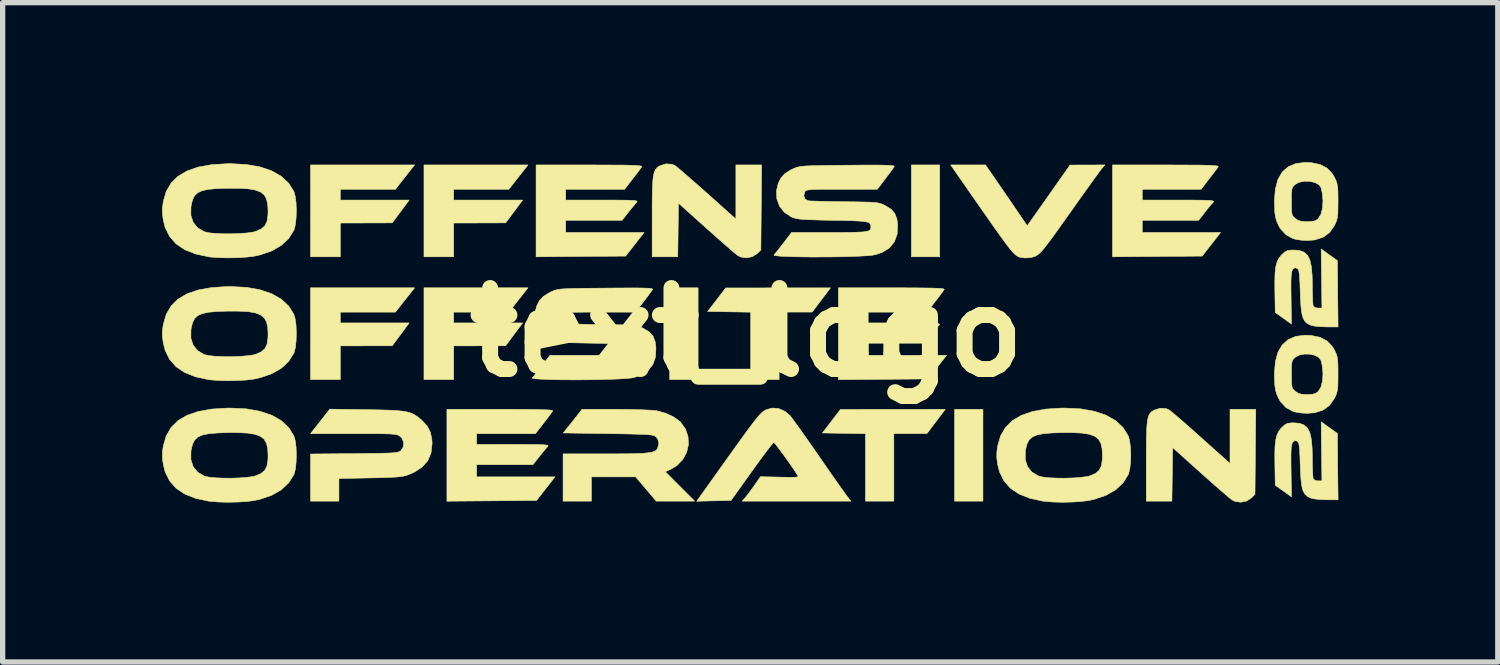
<source format=kicad_pcb>
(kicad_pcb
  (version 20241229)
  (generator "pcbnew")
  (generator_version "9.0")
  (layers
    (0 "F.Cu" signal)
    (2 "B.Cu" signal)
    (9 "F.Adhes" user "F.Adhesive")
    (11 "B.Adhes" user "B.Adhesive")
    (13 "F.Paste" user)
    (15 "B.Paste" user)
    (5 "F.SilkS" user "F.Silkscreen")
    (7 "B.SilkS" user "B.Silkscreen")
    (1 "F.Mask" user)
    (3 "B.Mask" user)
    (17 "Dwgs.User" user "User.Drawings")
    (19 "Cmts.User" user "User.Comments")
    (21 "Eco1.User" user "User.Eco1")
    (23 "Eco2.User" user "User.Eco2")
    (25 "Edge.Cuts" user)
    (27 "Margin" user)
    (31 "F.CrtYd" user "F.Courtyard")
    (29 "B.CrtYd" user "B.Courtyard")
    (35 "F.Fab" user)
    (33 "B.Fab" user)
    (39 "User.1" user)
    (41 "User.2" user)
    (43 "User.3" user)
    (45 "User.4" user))
  (footprint "text_logo"
    (layer "F.Cu")
    (at 10.997 3.203)
    (property "Reference" "text_logo" (at 0 0 0) (layer "F.SilkS") (effects (font (size 1.524 1.524) (thickness 0.3))))
    (attr through_hole)
    (fp_poly (pts (xy -0.914 0.889) (xy -1.448 0.889) (xy -1.448 -0.838) (xy -0.914 -0.838) (xy -0.914 0.889)) (stroke (width 0.01) (type solid)) (fill yes) (layer "F.SilkS"))
    (fp_poly (pts (xy 3.632 -1.422) (xy 3.099 -1.422) (xy 3.099 -3.15) (xy 3.632 -3.15) (xy 3.632 -1.422)) (stroke (width 0.01) (type solid)) (fill yes) (layer "F.SilkS"))
    (fp_poly (pts (xy 4.445 3.175) (xy 3.912 3.175) (xy 3.912 1.448) (xy 4.445 1.448) (xy 4.445 3.175)) (stroke (width 0.01) (type solid)) (fill yes) (layer "F.SilkS"))
    (fp_poly (pts (xy -6.428 -2.921) (xy -6.608 -2.692) (xy -7.645 -2.692) (xy -7.645 -2.489) (xy -6.349 -2.489) (xy -6.508 -2.274) (xy -6.668 -2.06) (xy -7.645 -2.057) (xy -7.645 -1.422) (xy -8.204 -1.422) (xy -8.204 -3.15) (xy -6.247 -3.15) (xy -6.428 -2.921)) (stroke (width 0.01) (type solid)) (fill yes) (layer "F.SilkS"))
    (fp_poly (pts (xy -6.428 -0.61) (xy -6.608 -0.381) (xy -7.645 -0.381) (xy -7.645 -0.178) (xy -6.349 -0.178) (xy -6.508 0.037) (xy -6.668 0.252) (xy -7.645 0.254) (xy -7.645 0.889) (xy -8.204 0.889) (xy -8.204 -0.838) (xy -6.247 -0.838) (xy -6.428 -0.61)) (stroke (width 0.01) (type solid)) (fill yes) (layer "F.SilkS"))
    (fp_poly (pts (xy -4.294 -2.921) (xy -4.474 -2.692) (xy -5.512 -2.692) (xy -5.512 -2.489) (xy -4.215 -2.489) (xy -4.375 -2.274) (xy -4.534 -2.06) (xy -5.512 -2.057) (xy -5.512 -1.422) (xy -6.071 -1.422) (xy -6.071 -3.15) (xy -4.114 -3.15) (xy -4.294 -2.921)) (stroke (width 0.01) (type solid)) (fill yes) (layer "F.SilkS"))
    (fp_poly (pts (xy -4.294 -0.61) (xy -4.474 -0.381) (xy -5.512 -0.381) (xy -5.512 -0.178) (xy -4.215 -0.178) (xy -4.375 0.037) (xy -4.534 0.252) (xy -5.512 0.254) (xy -5.512 0.889) (xy -6.071 0.889) (xy -6.071 -0.838) (xy -4.114 -0.838) (xy -4.294 -0.61)) (stroke (width 0.01) (type solid)) (fill yes) (layer "F.SilkS"))
    (fp_poly (pts (xy 1.232 -0.382) (xy 0.921 -0.382) (xy 0.61 -0.381) (xy 0.61 0.889) (xy 0.076 0.889) (xy 0.076 -0.38) (xy -0.329 -0.387) (xy -0.734 -0.394) (xy -0.564 -0.615) (xy -0.394 -0.836) (xy 0.592 -0.837) (xy 1.577 -0.838) (xy 1.232 -0.382)) (stroke (width 0.01) (type solid)) (fill yes) (layer "F.SilkS"))
    (fp_poly (pts (xy 3.391 1.904) (xy 3.08 1.904) (xy 2.769 1.905) (xy 2.769 3.175) (xy 2.235 3.175) (xy 2.235 1.906) (xy 1.83 1.899) (xy 1.425 1.892) (xy 1.595 1.671) (xy 1.765 1.45) (xy 2.751 1.449) (xy 3.736 1.448) (xy 3.391 1.904)) (stroke (width 0.01) (type solid)) (fill yes) (layer "F.SilkS"))
    (fp_poly (pts (xy -4.376 1.448) (xy -4.165 1.449) (xy -3.996 1.451) (xy -3.866 1.453) (xy -3.771 1.457) (xy -3.706 1.461) (xy -3.667 1.467) (xy -3.65 1.475) (xy -3.65 1.481) (xy -3.674 1.515) (xy -3.721 1.578) (xy -3.783 1.66) (xy -3.822 1.71) (xy -3.974 1.905) (xy -5.08 1.905) (xy -5.08 2.108) (xy -4.392 2.108) (xy -4.187 2.108) (xy -4.028 2.109) (xy -3.909 2.111) (xy -3.826 2.114) (xy -3.772 2.119) (xy -3.744 2.126) (xy -3.736 2.135) (xy -3.743 2.146) (xy -3.743 2.147) (xy -3.778 2.185) (xy -3.832 2.251) (xy -3.895 2.329) (xy -3.901 2.337) (xy -4.021 2.489) (xy -5.08 2.489) (xy -5.08 2.718) (xy -3.606 2.718) (xy -3.78 2.94) (xy -3.953 3.162) (xy -5.639 3.176) (xy -5.639 1.448) (xy -4.634 1.448) (xy -4.376 1.448)) (stroke (width 0.01) (type solid)) (fill yes) (layer "F.SilkS"))
    (fp_poly (pts (xy 2.99 -0.838) (xy 3.201 -0.837) (xy 3.37 -0.835) (xy 3.5 -0.833) (xy 3.595 -0.829) (xy 3.66 -0.825) (xy 3.699 -0.819) (xy 3.716 -0.811) (xy 3.716 -0.805) (xy 3.692 -0.771) (xy 3.645 -0.708) (xy 3.583 -0.626) (xy 3.544 -0.576) (xy 3.392 -0.381) (xy 2.286 -0.381) (xy 2.286 -0.178) (xy 2.974 -0.178) (xy 3.179 -0.178) (xy 3.338 -0.177) (xy 3.457 -0.175) (xy 3.54 -0.172) (xy 3.594 -0.167) (xy 3.622 -0.16) (xy 3.63 -0.151) (xy 3.623 -0.14) (xy 3.623 -0.139) (xy 3.588 -0.101) (xy 3.534 -0.035) (xy 3.471 0.043) (xy 3.465 0.051) (xy 3.345 0.203) (xy 2.286 0.203) (xy 2.286 0.432) (xy 3.76 0.432) (xy 3.586 0.654) (xy 3.413 0.876) (xy 1.727 0.89) (xy 1.727 -0.838) (xy 2.732 -0.838) (xy 2.99 -0.838)) (stroke (width 0.01) (type solid)) (fill yes) (layer "F.SilkS"))
    (fp_poly (pts (xy -2.7 -3.149) (xy -2.489 -3.148) (xy -2.32 -3.147) (xy -2.19 -3.144) (xy -2.094 -3.141) (xy -2.029 -3.136) (xy -1.99 -3.13) (xy -1.974 -3.123) (xy -1.974 -3.116) (xy -1.997 -3.082) (xy -2.044 -3.019) (xy -2.107 -2.938) (xy -2.146 -2.888) (xy -2.297 -2.692) (xy -2.85 -2.692) (xy -3.404 -2.692) (xy -3.404 -2.489) (xy -2.716 -2.489) (xy -2.511 -2.489) (xy -2.352 -2.488) (xy -2.233 -2.486) (xy -2.149 -2.483) (xy -2.096 -2.478) (xy -2.068 -2.471) (xy -2.06 -2.463) (xy -2.066 -2.451) (xy -2.067 -2.45) (xy -2.101 -2.412) (xy -2.156 -2.347) (xy -2.219 -2.268) (xy -2.225 -2.26) (xy -2.344 -2.108) (xy -3.404 -2.108) (xy -3.404 -1.88) (xy -1.93 -1.88) (xy -2.103 -1.657) (xy -2.277 -1.435) (xy -3.962 -1.422) (xy -3.962 -3.15) (xy -2.958 -3.15) (xy -2.7 -3.149)) (stroke (width 0.01) (type solid)) (fill yes) (layer "F.SilkS"))
    (fp_poly (pts (xy 8.146 -3.149) (xy 8.357 -3.148) (xy 8.526 -3.147) (xy 8.656 -3.144) (xy 8.751 -3.141) (xy 8.817 -3.136) (xy 8.855 -3.13) (xy 8.872 -3.123) (xy 8.872 -3.116) (xy 8.848 -3.082) (xy 8.801 -3.019) (xy 8.739 -2.938) (xy 8.7 -2.888) (xy 8.549 -2.692) (xy 7.995 -2.692) (xy 7.442 -2.692) (xy 7.442 -2.489) (xy 8.13 -2.489) (xy 8.335 -2.489) (xy 8.494 -2.488) (xy 8.613 -2.486) (xy 8.697 -2.483) (xy 8.75 -2.478) (xy 8.778 -2.471) (xy 8.786 -2.463) (xy 8.779 -2.451) (xy 8.779 -2.45) (xy 8.744 -2.412) (xy 8.69 -2.347) (xy 8.627 -2.268) (xy 8.621 -2.26) (xy 8.502 -2.108) (xy 7.442 -2.108) (xy 7.442 -1.88) (xy 8.916 -1.88) (xy 8.743 -1.657) (xy 8.569 -1.435) (xy 6.883 -1.422) (xy 6.883 -3.15) (xy 7.888 -3.15) (xy 8.146 -3.149)) (stroke (width 0.01) (type solid)) (fill yes) (layer "F.SilkS"))
    (fp_poly (pts (xy -1.407 -3.163) (xy -1.354 -3.142) (xy -1.322 -3.118) (xy -1.257 -3.064) (xy -1.165 -2.985) (xy -1.051 -2.886) (xy -0.92 -2.772) (xy -0.779 -2.647) (xy -0.751 -2.622) (xy -0.203 -2.132) (xy -0.203 -3.15) (xy 0.281 -3.15) (xy 0.274 -2.35) (xy 0.267 -1.55) (xy 0.2 -1.484) (xy 0.108 -1.425) (xy -0.001 -1.402) (xy -0.11 -1.418) (xy -0.165 -1.445) (xy -0.204 -1.475) (xy -0.275 -1.535) (xy -0.371 -1.618) (xy -0.488 -1.72) (xy -0.62 -1.837) (xy -0.761 -1.962) (xy -0.762 -1.963) (xy -1.283 -2.431) (xy -1.296 -1.422) (xy -1.778 -1.422) (xy -1.778 -2.173) (xy -1.778 -2.409) (xy -1.776 -2.601) (xy -1.771 -2.752) (xy -1.764 -2.869) (xy -1.753 -2.956) (xy -1.736 -3.02) (xy -1.714 -3.066) (xy -1.686 -3.099) (xy -1.65 -3.124) (xy -1.629 -3.135) (xy -1.517 -3.17) (xy -1.407 -3.163)) (stroke (width 0.01) (type solid)) (fill yes) (layer "F.SilkS"))
    (fp_poly (pts (xy 7.889 1.434) (xy 7.942 1.455) (xy 7.975 1.48) (xy 8.04 1.533) (xy 8.132 1.612) (xy 8.246 1.711) (xy 8.376 1.825) (xy 8.517 1.951) (xy 8.545 1.976) (xy 9.093 2.466) (xy 9.093 1.448) (xy 9.578 1.448) (xy 9.57 2.247) (xy 9.563 3.047) (xy 9.496 3.114) (xy 9.405 3.173) (xy 9.295 3.195) (xy 9.187 3.18) (xy 9.131 3.152) (xy 9.093 3.122) (xy 9.022 3.063) (xy 8.925 2.979) (xy 8.808 2.877) (xy 8.676 2.761) (xy 8.536 2.635) (xy 8.534 2.634) (xy 8.014 2.167) (xy 8 3.175) (xy 7.518 3.175) (xy 7.518 2.425) (xy 7.519 2.188) (xy 7.521 1.997) (xy 7.525 1.845) (xy 7.532 1.729) (xy 7.544 1.641) (xy 7.56 1.577) (xy 7.582 1.532) (xy 7.61 1.499) (xy 7.646 1.474) (xy 7.668 1.462) (xy 7.78 1.427) (xy 7.889 1.434)) (stroke (width 0.01) (type solid)) (fill yes) (layer "F.SilkS"))
    (fp_poly (pts (xy 4.656 -2.915) (xy 4.731 -2.806) (xy 4.824 -2.67) (xy 4.925 -2.523) (xy 5.023 -2.38) (xy 5.048 -2.342) (xy 5.278 -2.005) (xy 5.681 -2.576) (xy 6.083 -3.148) (xy 6.412 -3.149) (xy 6.74 -3.15) (xy 6.689 -3.092) (xy 6.662 -3.059) (xy 6.61 -2.988) (xy 6.536 -2.887) (xy 6.445 -2.76) (xy 6.34 -2.613) (xy 6.224 -2.45) (xy 6.135 -2.324) (xy 5.986 -2.115) (xy 5.864 -1.943) (xy 5.764 -1.804) (xy 5.683 -1.695) (xy 5.619 -1.612) (xy 5.568 -1.549) (xy 5.526 -1.504) (xy 5.491 -1.472) (xy 5.459 -1.449) (xy 5.431 -1.433) (xy 5.343 -1.406) (xy 5.235 -1.4) (xy 5.137 -1.414) (xy 5.118 -1.421) (xy 5.089 -1.436) (xy 5.058 -1.459) (xy 5.02 -1.494) (xy 4.975 -1.545) (xy 4.918 -1.616) (xy 4.847 -1.711) (xy 4.758 -1.833) (xy 4.649 -1.987) (xy 4.517 -2.175) (xy 4.386 -2.362) (xy 3.838 -3.15) (xy 4.493 -3.15) (xy 4.656 -2.915)) (stroke (width 0.01) (type solid)) (fill yes) (layer "F.SilkS"))
    (fp_poly (pts (xy -2.284 1.449) (xy -2.109 1.452) (xy -1.952 1.457) (xy -1.821 1.463) (xy -1.726 1.47) (xy -1.688 1.475) (xy -1.521 1.522) (xy -1.37 1.593) (xy -1.252 1.68) (xy -1.24 1.693) (xy -1.149 1.822) (xy -1.102 1.966) (xy -1.096 2.115) (xy -1.13 2.26) (xy -1.203 2.393) (xy -1.311 2.504) (xy -1.412 2.567) (xy -1.529 2.623) (xy -0.979 3.175) (xy -1.701 3.175) (xy -2.089 2.718) (xy -2.921 2.718) (xy -2.921 3.175) (xy -3.454 3.175) (xy -3.454 2.286) (xy -2.658 2.286) (xy -2.413 2.285) (xy -2.214 2.284) (xy -2.056 2.28) (xy -1.933 2.274) (xy -1.841 2.264) (xy -1.775 2.252) (xy -1.729 2.235) (xy -1.698 2.214) (xy -1.678 2.188) (xy -1.676 2.183) (xy -1.652 2.094) (xy -1.671 2.01) (xy -1.704 1.966) (xy -1.722 1.953) (xy -1.746 1.942) (xy -1.781 1.933) (xy -1.834 1.927) (xy -1.91 1.921) (xy -2.013 1.917) (xy -2.15 1.913) (xy -2.325 1.909) (xy -2.545 1.906) (xy -2.603 1.905) (xy -3.449 1.892) (xy -3.097 1.448) (xy -2.468 1.448) (xy -2.284 1.449)) (stroke (width 0.01) (type solid)) (fill yes) (layer "F.SilkS"))
    (fp_poly (pts (xy -7.153 1.454) (xy -6.924 1.458) (xy -6.739 1.463) (xy -6.592 1.47) (xy -6.476 1.482) (xy -6.384 1.498) (xy -6.311 1.52) (xy -6.248 1.55) (xy -6.191 1.588) (xy -6.131 1.636) (xy -6.123 1.642) (xy -6.015 1.756) (xy -5.949 1.88) (xy -5.921 2.027) (xy -5.918 2.095) (xy -5.938 2.268) (xy -5.999 2.413) (xy -6.103 2.532) (xy -6.251 2.629) (xy -6.342 2.669) (xy -6.393 2.688) (xy -6.445 2.702) (xy -6.505 2.713) (xy -6.58 2.721) (xy -6.68 2.727) (xy -6.81 2.732) (xy -6.98 2.736) (xy -7.08 2.738) (xy -7.671 2.749) (xy -7.671 3.175) (xy -8.204 3.175) (xy -8.204 2.288) (xy -7.381 2.281) (xy -7.154 2.278) (xy -6.972 2.276) (xy -6.83 2.273) (xy -6.723 2.27) (xy -6.644 2.265) (xy -6.588 2.259) (xy -6.551 2.25) (xy -6.526 2.24) (xy -6.508 2.227) (xy -6.505 2.225) (xy -6.459 2.153) (xy -6.453 2.068) (xy -6.487 1.989) (xy -6.519 1.958) (xy -6.539 1.943) (xy -6.563 1.931) (xy -6.596 1.922) (xy -6.643 1.916) (xy -6.711 1.911) (xy -6.805 1.908) (xy -6.93 1.906) (xy -7.092 1.905) (xy -7.298 1.905) (xy -7.395 1.905) (xy -8.205 1.905) (xy -7.842 1.444) (xy -7.153 1.454)) (stroke (width 0.01) (type solid)) (fill yes) (layer "F.SilkS"))
    (fp_poly (pts (xy 0.605 1.434) (xy 0.726 1.489) (xy 0.816 1.566) (xy 0.846 1.604) (xy 0.901 1.679) (xy 0.977 1.784) (xy 1.069 1.914) (xy 1.174 2.063) (xy 1.288 2.226) (xy 1.347 2.311) (xy 1.464 2.48) (xy 1.574 2.639) (xy 1.675 2.783) (xy 1.761 2.905) (xy 1.829 3.001) (xy 1.874 3.063) (xy 1.886 3.08) (xy 1.96 3.175) (xy -0.085 3.175) (xy -0.034 3.118) (xy 0.005 3.07) (xy 0.062 2.995) (xy 0.126 2.907) (xy 0.139 2.888) (xy 0.26 2.715) (xy 0.624 2.723) (xy 0.766 2.726) (xy 0.865 2.726) (xy 0.927 2.724) (xy 0.959 2.718) (xy 0.968 2.707) (xy 0.961 2.69) (xy 0.955 2.68) (xy 0.882 2.571) (xy 0.803 2.456) (xy 0.723 2.344) (xy 0.648 2.242) (xy 0.584 2.157) (xy 0.537 2.097) (xy 0.511 2.071) (xy 0.509 2.07) (xy 0.489 2.09) (xy 0.443 2.146) (xy 0.377 2.233) (xy 0.293 2.344) (xy 0.197 2.476) (xy 0.096 2.616) (xy -0.294 3.162) (xy -0.617 3.169) (xy -0.94 3.177) (xy -0.391 2.407) (xy -0.236 2.191) (xy -0.107 2.012) (xy -0.002 1.866) (xy 0.084 1.751) (xy 0.153 1.661) (xy 0.207 1.593) (xy 0.252 1.543) (xy 0.288 1.508) (xy 0.32 1.483) (xy 0.351 1.464) (xy 0.361 1.458) (xy 0.481 1.423) (xy 0.605 1.434)) (stroke (width 0.01) (type solid)) (fill yes) (layer "F.SilkS"))
    (fp_poly (pts (xy 10.96 -1.459) (xy 11.113 -1.35) (xy 11.119 -0.726) (xy 11.126 -0.102) (xy 10.903 -0.103) (xy 10.777 -0.108) (xy 10.671 -0.12) (xy 10.6 -0.139) (xy 10.6 -0.139) (xy 10.542 -0.17) (xy 10.499 -0.212) (xy 10.467 -0.272) (xy 10.444 -0.357) (xy 10.429 -0.473) (xy 10.419 -0.629) (xy 10.414 -0.759) (xy 10.409 -0.916) (xy 10.403 -1.029) (xy 10.396 -1.107) (xy 10.387 -1.157) (xy 10.374 -1.186) (xy 10.357 -1.203) (xy 10.355 -1.204) (xy 10.314 -1.217) (xy 10.277 -1.189) (xy 10.272 -1.181) (xy 10.258 -1.155) (xy 10.249 -1.111) (xy 10.243 -1.045) (xy 10.24 -0.948) (xy 10.24 -0.815) (xy 10.242 -0.644) (xy 10.249 -0.157) (xy 9.944 -0.375) (xy 9.937 -0.773) (xy 9.936 -0.964) (xy 9.94 -1.113) (xy 9.953 -1.227) (xy 9.974 -1.315) (xy 10.006 -1.385) (xy 10.05 -1.444) (xy 10.071 -1.465) (xy 10.128 -1.516) (xy 10.182 -1.541) (xy 10.256 -1.549) (xy 10.292 -1.549) (xy 10.401 -1.54) (xy 10.486 -1.51) (xy 10.55 -1.452) (xy 10.595 -1.364) (xy 10.623 -1.239) (xy 10.638 -1.074) (xy 10.642 -0.897) (xy 10.643 -0.765) (xy 10.646 -0.648) (xy 10.651 -0.558) (xy 10.656 -0.505) (xy 10.658 -0.497) (xy 10.694 -0.466) (xy 10.748 -0.457) (xy 10.822 -0.457) (xy 10.815 -1.013) (xy 10.808 -1.569) (xy 10.96 -1.459)) (stroke (width 0.01) (type solid)) (fill yes) (layer "F.SilkS"))
    (fp_poly (pts (xy 10.96 1.792) (xy 11.113 1.901) (xy 11.119 2.525) (xy 11.126 3.15) (xy 10.903 3.149) (xy 10.777 3.144) (xy 10.671 3.131) (xy 10.6 3.113) (xy 10.6 3.112) (xy 10.542 3.081) (xy 10.499 3.039) (xy 10.467 2.979) (xy 10.444 2.895) (xy 10.429 2.778) (xy 10.419 2.622) (xy 10.414 2.492) (xy 10.409 2.335) (xy 10.403 2.222) (xy 10.396 2.144) (xy 10.387 2.094) (xy 10.374 2.065) (xy 10.357 2.048) (xy 10.355 2.047) (xy 10.314 2.034) (xy 10.277 2.063) (xy 10.272 2.07) (xy 10.258 2.097) (xy 10.249 2.14) (xy 10.243 2.206) (xy 10.24 2.303) (xy 10.24 2.436) (xy 10.242 2.608) (xy 10.249 3.094) (xy 9.944 2.876) (xy 9.937 2.478) (xy 9.936 2.287) (xy 9.94 2.138) (xy 9.953 2.024) (xy 9.974 1.936) (xy 10.006 1.866) (xy 10.05 1.807) (xy 10.071 1.786) (xy 10.128 1.735) (xy 10.182 1.71) (xy 10.256 1.702) (xy 10.292 1.702) (xy 10.401 1.711) (xy 10.486 1.742) (xy 10.55 1.799) (xy 10.595 1.887) (xy 10.623 2.012) (xy 10.638 2.177) (xy 10.642 2.354) (xy 10.643 2.487) (xy 10.646 2.603) (xy 10.651 2.693) (xy 10.656 2.746) (xy 10.658 2.754) (xy 10.694 2.785) (xy 10.748 2.794) (xy 10.822 2.794) (xy 10.815 2.238) (xy 10.808 1.682) (xy 10.96 1.792)) (stroke (width 0.01) (type solid)) (fill yes) (layer "F.SilkS"))
    (fp_poly (pts (xy 10.62 -3.193) (xy 10.789 -3.158) (xy 10.923 -3.087) (xy 11.024 -2.977) (xy 11.059 -2.916) (xy 11.087 -2.857) (xy 11.106 -2.801) (xy 11.117 -2.738) (xy 11.123 -2.654) (xy 11.125 -2.539) (xy 11.125 -2.463) (xy 11.124 -2.327) (xy 11.121 -2.23) (xy 11.113 -2.159) (xy 11.098 -2.101) (xy 11.075 -2.045) (xy 11.055 -2.005) (xy 10.965 -1.877) (xy 10.842 -1.789) (xy 10.687 -1.739) (xy 10.543 -1.728) (xy 10.437 -1.734) (xy 10.337 -1.749) (xy 10.278 -1.764) (xy 10.144 -1.838) (xy 10.04 -1.952) (xy 10.009 -2.007) (xy 9.972 -2.088) (xy 9.949 -2.169) (xy 9.935 -2.264) (xy 9.93 -2.387) (xy 9.929 -2.464) (xy 10.249 -2.464) (xy 10.25 -2.346) (xy 10.253 -2.268) (xy 10.262 -2.218) (xy 10.279 -2.184) (xy 10.307 -2.156) (xy 10.32 -2.144) (xy 10.374 -2.107) (xy 10.436 -2.089) (xy 10.527 -2.083) (xy 10.544 -2.083) (xy 10.637 -2.087) (xy 10.698 -2.101) (xy 10.744 -2.131) (xy 10.756 -2.143) (xy 10.804 -2.222) (xy 10.833 -2.336) (xy 10.842 -2.473) (xy 10.829 -2.618) (xy 10.805 -2.724) (xy 10.764 -2.78) (xy 10.688 -2.82) (xy 10.592 -2.841) (xy 10.489 -2.843) (xy 10.392 -2.823) (xy 10.32 -2.784) (xy 10.288 -2.754) (xy 10.267 -2.723) (xy 10.256 -2.68) (xy 10.25 -2.613) (xy 10.249 -2.511) (xy 10.249 -2.464) (xy 9.929 -2.464) (xy 9.929 -2.477) (xy 9.946 -2.696) (xy 9.994 -2.875) (xy 10.074 -3.015) (xy 10.187 -3.115) (xy 10.331 -3.176) (xy 10.508 -3.198) (xy 10.62 -3.193)) (stroke (width 0.01) (type solid)) (fill yes) (layer "F.SilkS"))
    (fp_poly (pts (xy 10.62 0.058) (xy 10.789 0.093) (xy 10.923 0.165) (xy 11.024 0.274) (xy 11.059 0.335) (xy 11.087 0.395) (xy 11.106 0.45) (xy 11.117 0.513) (xy 11.123 0.597) (xy 11.125 0.712) (xy 11.125 0.788) (xy 11.124 0.924) (xy 11.121 1.021) (xy 11.113 1.093) (xy 11.098 1.15) (xy 11.075 1.206) (xy 11.055 1.246) (xy 10.965 1.374) (xy 10.842 1.463) (xy 10.687 1.512) (xy 10.543 1.523) (xy 10.437 1.517) (xy 10.337 1.502) (xy 10.278 1.487) (xy 10.144 1.413) (xy 10.04 1.3) (xy 10.009 1.245) (xy 9.972 1.163) (xy 9.949 1.082) (xy 9.935 0.987) (xy 9.93 0.865) (xy 9.929 0.787) (xy 10.249 0.787) (xy 10.25 0.905) (xy 10.253 0.983) (xy 10.262 1.033) (xy 10.279 1.067) (xy 10.307 1.096) (xy 10.32 1.107) (xy 10.374 1.144) (xy 10.436 1.163) (xy 10.527 1.168) (xy 10.544 1.168) (xy 10.637 1.165) (xy 10.698 1.15) (xy 10.744 1.12) (xy 10.756 1.108) (xy 10.804 1.029) (xy 10.833 0.915) (xy 10.842 0.779) (xy 10.829 0.633) (xy 10.805 0.527) (xy 10.764 0.471) (xy 10.688 0.431) (xy 10.592 0.41) (xy 10.489 0.408) (xy 10.392 0.428) (xy 10.32 0.468) (xy 10.288 0.498) (xy 10.267 0.528) (xy 10.256 0.571) (xy 10.25 0.638) (xy 10.249 0.74) (xy 10.249 0.787) (xy 9.929 0.787) (xy 9.929 0.774) (xy 9.946 0.555) (xy 9.994 0.376) (xy 10.074 0.237) (xy 10.187 0.136) (xy 10.331 0.075) (xy 10.508 0.053) (xy 10.62 0.058)) (stroke (width 0.01) (type solid)) (fill yes) (layer "F.SilkS"))
    (fp_poly (pts (xy -9.41 -3.158) (xy -9.153 -3.113) (xy -8.934 -3.038) (xy -8.754 -2.935) (xy -8.614 -2.804) (xy -8.518 -2.65) (xy -8.493 -2.561) (xy -8.477 -2.439) (xy -8.472 -2.299) (xy -8.476 -2.157) (xy -8.489 -2.031) (xy -8.513 -1.935) (xy -8.518 -1.922) (xy -8.616 -1.766) (xy -8.756 -1.636) (xy -8.936 -1.532) (xy -9.153 -1.458) (xy -9.267 -1.433) (xy -9.407 -1.416) (xy -9.579 -1.405) (xy -9.762 -1.402) (xy -9.94 -1.406) (xy -10.092 -1.418) (xy -10.122 -1.422) (xy -10.368 -1.475) (xy -10.572 -1.556) (xy -10.735 -1.666) (xy -10.857 -1.805) (xy -10.94 -1.973) (xy -10.974 -2.107) (xy -10.987 -2.202) (xy -10.456 -2.202) (xy -10.413 -2.071) (xy -10.33 -1.968) (xy -10.208 -1.896) (xy -10.194 -1.891) (xy -10.113 -1.873) (xy -9.994 -1.861) (xy -9.851 -1.855) (xy -9.696 -1.855) (xy -9.542 -1.86) (xy -9.402 -1.87) (xy -9.29 -1.886) (xy -9.235 -1.9) (xy -9.132 -1.946) (xy -9.064 -2.005) (xy -9.024 -2.088) (xy -9.006 -2.204) (xy -9.004 -2.286) (xy -9.011 -2.412) (xy -9.034 -2.512) (xy -9.078 -2.588) (xy -9.149 -2.643) (xy -9.251 -2.68) (xy -9.388 -2.702) (xy -9.567 -2.711) (xy -9.766 -2.711) (xy -9.967 -2.705) (xy -10.124 -2.691) (xy -10.242 -2.666) (xy -10.327 -2.627) (xy -10.386 -2.571) (xy -10.425 -2.494) (xy -10.449 -2.395) (xy -10.455 -2.356) (xy -10.456 -2.202) (xy -10.987 -2.202) (xy -10.991 -2.231) (xy -10.992 -2.339) (xy -10.975 -2.462) (xy -10.974 -2.465) (xy -10.92 -2.651) (xy -10.828 -2.809) (xy -10.698 -2.937) (xy -10.528 -3.037) (xy -10.318 -3.11) (xy -10.067 -3.155) (xy -9.773 -3.173) (xy -9.703 -3.174) (xy -9.41 -3.158)) (stroke (width 0.01) (type solid)) (fill yes) (layer "F.SilkS"))
    (fp_poly (pts (xy -9.41 -0.847) (xy -9.153 -0.801) (xy -8.934 -0.727) (xy -8.754 -0.624) (xy -8.614 -0.493) (xy -8.518 -0.338) (xy -8.493 -0.25) (xy -8.477 -0.127) (xy -8.472 0.013) (xy -8.476 0.154) (xy -8.489 0.281) (xy -8.513 0.376) (xy -8.518 0.389) (xy -8.616 0.545) (xy -8.756 0.676) (xy -8.936 0.779) (xy -9.153 0.853) (xy -9.267 0.878) (xy -9.407 0.896) (xy -9.579 0.906) (xy -9.762 0.91) (xy -9.94 0.905) (xy -10.092 0.893) (xy -10.122 0.889) (xy -10.368 0.836) (xy -10.572 0.755) (xy -10.735 0.646) (xy -10.857 0.507) (xy -10.94 0.338) (xy -10.974 0.204) (xy -10.987 0.11) (xy -10.456 0.11) (xy -10.413 0.24) (xy -10.33 0.343) (xy -10.208 0.415) (xy -10.194 0.42) (xy -10.113 0.438) (xy -9.994 0.45) (xy -9.851 0.456) (xy -9.696 0.457) (xy -9.542 0.452) (xy -9.402 0.441) (xy -9.29 0.426) (xy -9.235 0.412) (xy -9.132 0.366) (xy -9.064 0.307) (xy -9.024 0.224) (xy -9.006 0.107) (xy -9.004 0.025) (xy -9.011 -0.101) (xy -9.034 -0.2) (xy -9.078 -0.276) (xy -9.149 -0.332) (xy -9.251 -0.369) (xy -9.388 -0.391) (xy -9.567 -0.4) (xy -9.766 -0.4) (xy -9.967 -0.393) (xy -10.124 -0.379) (xy -10.242 -0.354) (xy -10.327 -0.315) (xy -10.386 -0.259) (xy -10.425 -0.183) (xy -10.449 -0.083) (xy -10.455 -0.045) (xy -10.456 0.11) (xy -10.987 0.11) (xy -10.991 0.08) (xy -10.992 -0.027) (xy -10.975 -0.15) (xy -10.974 -0.153) (xy -10.92 -0.34) (xy -10.828 -0.497) (xy -10.698 -0.626) (xy -10.528 -0.726) (xy -10.318 -0.798) (xy -10.067 -0.843) (xy -9.773 -0.862) (xy -9.703 -0.862) (xy -9.41 -0.847)) (stroke (width 0.01) (type solid)) (fill yes) (layer "F.SilkS"))
    (fp_poly (pts (xy -9.41 1.439) (xy -9.153 1.485) (xy -8.934 1.559) (xy -8.754 1.662) (xy -8.614 1.793) (xy -8.518 1.948) (xy -8.493 2.036) (xy -8.477 2.159) (xy -8.472 2.299) (xy -8.476 2.44) (xy -8.489 2.567) (xy -8.513 2.662) (xy -8.518 2.675) (xy -8.616 2.831) (xy -8.756 2.962) (xy -8.936 3.065) (xy -9.153 3.139) (xy -9.267 3.164) (xy -9.407 3.182) (xy -9.579 3.192) (xy -9.762 3.196) (xy -9.94 3.191) (xy -10.092 3.179) (xy -10.122 3.175) (xy -10.368 3.122) (xy -10.572 3.041) (xy -10.735 2.932) (xy -10.857 2.793) (xy -10.94 2.624) (xy -10.974 2.49) (xy -10.987 2.396) (xy -10.456 2.396) (xy -10.413 2.526) (xy -10.33 2.629) (xy -10.208 2.701) (xy -10.194 2.706) (xy -10.113 2.724) (xy -9.994 2.736) (xy -9.851 2.742) (xy -9.696 2.743) (xy -9.542 2.738) (xy -9.402 2.727) (xy -9.29 2.712) (xy -9.235 2.698) (xy -9.132 2.652) (xy -9.064 2.593) (xy -9.024 2.51) (xy -9.006 2.393) (xy -9.004 2.311) (xy -9.011 2.185) (xy -9.034 2.086) (xy -9.078 2.01) (xy -9.149 1.954) (xy -9.251 1.917) (xy -9.388 1.895) (xy -9.567 1.886) (xy -9.766 1.886) (xy -9.967 1.893) (xy -10.124 1.907) (xy -10.242 1.932) (xy -10.327 1.971) (xy -10.386 2.027) (xy -10.425 2.103) (xy -10.449 2.203) (xy -10.455 2.241) (xy -10.456 2.396) (xy -10.987 2.396) (xy -10.991 2.366) (xy -10.992 2.259) (xy -10.975 2.136) (xy -10.974 2.133) (xy -10.92 1.946) (xy -10.828 1.789) (xy -10.698 1.66) (xy -10.528 1.56) (xy -10.318 1.488) (xy -10.067 1.443) (xy -9.773 1.424) (xy -9.703 1.424) (xy -9.41 1.439)) (stroke (width 0.01) (type solid)) (fill yes) (layer "F.SilkS"))
    (fp_poly (pts (xy 6.287 1.439) (xy 6.544 1.485) (xy 6.763 1.559) (xy 6.943 1.662) (xy 7.083 1.793) (xy 7.179 1.948) (xy 7.204 2.036) (xy 7.22 2.159) (xy 7.226 2.299) (xy 7.222 2.44) (xy 7.208 2.567) (xy 7.184 2.662) (xy 7.179 2.675) (xy 7.081 2.831) (xy 6.941 2.962) (xy 6.761 3.065) (xy 6.544 3.139) (xy 6.43 3.164) (xy 6.29 3.182) (xy 6.119 3.192) (xy 5.935 3.196) (xy 5.757 3.191) (xy 5.606 3.179) (xy 5.575 3.175) (xy 5.329 3.122) (xy 5.125 3.041) (xy 4.962 2.932) (xy 4.84 2.793) (xy 4.757 2.624) (xy 4.723 2.49) (xy 4.71 2.396) (xy 5.242 2.396) (xy 5.284 2.526) (xy 5.367 2.629) (xy 5.489 2.701) (xy 5.503 2.706) (xy 5.584 2.724) (xy 5.703 2.736) (xy 5.847 2.742) (xy 6.002 2.743) (xy 6.155 2.738) (xy 6.295 2.727) (xy 6.407 2.712) (xy 6.462 2.698) (xy 6.565 2.652) (xy 6.633 2.593) (xy 6.673 2.51) (xy 6.691 2.393) (xy 6.693 2.311) (xy 6.686 2.185) (xy 6.663 2.086) (xy 6.619 2.01) (xy 6.548 1.954) (xy 6.447 1.917) (xy 6.309 1.895) (xy 6.13 1.886) (xy 5.931 1.886) (xy 5.73 1.893) (xy 5.573 1.907) (xy 5.455 1.932) (xy 5.37 1.971) (xy 5.311 2.027) (xy 5.272 2.103) (xy 5.248 2.203) (xy 5.242 2.241) (xy 5.242 2.396) (xy 4.71 2.396) (xy 4.706 2.366) (xy 4.706 2.259) (xy 4.722 2.136) (xy 4.723 2.133) (xy 4.777 1.946) (xy 4.869 1.789) (xy 4.999 1.66) (xy 5.169 1.56) (xy 5.379 1.488) (xy 5.631 1.443) (xy 5.924 1.424) (xy 5.994 1.424) (xy 6.287 1.439)) (stroke (width 0.01) (type solid)) (fill yes) (layer "F.SilkS"))
    (fp_poly (pts (xy -2.056 -0.836) (xy -1.941 -0.834) (xy -1.859 -0.831) (xy -1.806 -0.826) (xy -1.777 -0.819) (xy -1.768 -0.811) (xy -1.77 -0.807) (xy -1.794 -0.773) (xy -1.84 -0.709) (xy -1.902 -0.626) (xy -1.94 -0.577) (xy -2.089 -0.381) (xy -2.758 -0.381) (xy -2.96 -0.381) (xy -3.117 -0.38) (xy -3.235 -0.378) (xy -3.32 -0.375) (xy -3.378 -0.37) (xy -3.415 -0.363) (xy -3.436 -0.352) (xy -3.449 -0.339) (xy -3.455 -0.329) (xy -3.471 -0.259) (xy -3.449 -0.198) (xy -3.396 -0.166) (xy -3.356 -0.162) (xy -3.272 -0.158) (xy -3.154 -0.155) (xy -3.007 -0.151) (xy -2.84 -0.148) (xy -2.705 -0.147) (xy -2.509 -0.144) (xy -2.356 -0.142) (xy -2.24 -0.138) (xy -2.154 -0.133) (xy -2.09 -0.126) (xy -2.042 -0.116) (xy -2.001 -0.103) (xy -1.963 -0.085) (xy -1.944 -0.076) (xy -1.832 -0.007) (xy -1.76 0.073) (xy -1.721 0.177) (xy -1.707 0.289) (xy -1.715 0.462) (xy -1.765 0.605) (xy -1.856 0.719) (xy -1.99 0.804) (xy -2.121 0.85) (xy -2.185 0.86) (xy -2.285 0.869) (xy -2.416 0.877) (xy -2.571 0.883) (xy -2.744 0.888) (xy -2.928 0.891) (xy -3.117 0.893) (xy -3.304 0.893) (xy -3.483 0.892) (xy -3.647 0.889) (xy -3.791 0.884) (xy -3.907 0.878) (xy -3.989 0.871) (xy -4.03 0.861) (xy -4.033 0.855) (xy -4.003 0.82) (xy -3.952 0.756) (xy -3.887 0.673) (xy -3.85 0.626) (xy -3.701 0.432) (xy -2.986 0.432) (xy -2.767 0.431) (xy -2.593 0.43) (xy -2.46 0.427) (xy -2.361 0.421) (xy -2.293 0.413) (xy -2.249 0.4) (xy -2.224 0.383) (xy -2.213 0.361) (xy -2.21 0.333) (xy -2.21 0.331) (xy -2.212 0.298) (xy -2.22 0.272) (xy -2.241 0.251) (xy -2.279 0.236) (xy -2.34 0.225) (xy -2.429 0.217) (xy -2.553 0.212) (xy -2.717 0.207) (xy -2.926 0.203) (xy -2.926 0.203) (xy -3.131 0.199) (xy -3.291 0.195) (xy -3.414 0.19) (xy -3.507 0.184) (xy -3.576 0.176) (xy -3.628 0.166) (xy -3.67 0.154) (xy -3.709 0.137) (xy -3.711 0.136) (xy -3.838 0.052) (xy -3.928 -0.062) (xy -3.979 -0.199) (xy -3.986 -0.348) (xy -3.952 -0.492) (xy -3.901 -0.594) (xy -3.83 -0.673) (xy -3.726 -0.739) (xy -3.67 -0.767) (xy -3.635 -0.783) (xy -3.6 -0.795) (xy -3.56 -0.805) (xy -3.508 -0.813) (xy -3.44 -0.819) (xy -3.349 -0.823) (xy -3.23 -0.826) (xy -3.077 -0.829) (xy -2.885 -0.831) (xy -2.648 -0.833) (xy -2.646 -0.833) (xy -2.404 -0.835) (xy -2.209 -0.836) (xy -2.056 -0.836)) (stroke (width 0.01) (type solid)) (fill yes) (layer "F.SilkS"))
    (fp_poly (pts (xy 2.49 -3.147) (xy 2.605 -3.145) (xy 2.688 -3.142) (xy 2.741 -3.137) (xy 2.77 -3.131) (xy 2.778 -3.123) (xy 2.777 -3.118) (xy 2.753 -3.084) (xy 2.706 -3.02) (xy 2.644 -2.938) (xy 2.607 -2.888) (xy 2.458 -2.692) (xy 1.789 -2.692) (xy 1.587 -2.692) (xy 1.43 -2.692) (xy 1.312 -2.69) (xy 1.227 -2.687) (xy 1.169 -2.681) (xy 1.132 -2.674) (xy 1.11 -2.664) (xy 1.097 -2.65) (xy 1.092 -2.641) (xy 1.075 -2.57) (xy 1.098 -2.51) (xy 1.151 -2.477) (xy 1.191 -2.473) (xy 1.274 -2.47) (xy 1.393 -2.466) (xy 1.54 -2.463) (xy 1.707 -2.46) (xy 1.841 -2.458) (xy 2.038 -2.456) (xy 2.19 -2.453) (xy 2.306 -2.45) (xy 2.393 -2.445) (xy 2.457 -2.438) (xy 2.505 -2.428) (xy 2.545 -2.414) (xy 2.584 -2.397) (xy 2.602 -2.388) (xy 2.715 -2.318) (xy 2.786 -2.238) (xy 2.826 -2.135) (xy 2.84 -2.023) (xy 2.831 -1.85) (xy 2.781 -1.707) (xy 2.69 -1.593) (xy 2.557 -1.508) (xy 2.426 -1.462) (xy 2.362 -1.451) (xy 2.261 -1.442) (xy 2.13 -1.434) (xy 1.975 -1.428) (xy 1.802 -1.423) (xy 1.619 -1.42) (xy 1.43 -1.419) (xy 1.243 -1.418) (xy 1.064 -1.42) (xy 0.899 -1.423) (xy 0.756 -1.427) (xy 0.64 -1.433) (xy 0.558 -1.441) (xy 0.516 -1.45) (xy 0.513 -1.457) (xy 0.543 -1.491) (xy 0.595 -1.555) (xy 0.66 -1.638) (xy 0.696 -1.685) (xy 0.845 -1.88) (xy 1.561 -1.88) (xy 1.78 -1.88) (xy 1.953 -1.881) (xy 2.087 -1.885) (xy 2.185 -1.89) (xy 2.254 -1.899) (xy 2.298 -1.911) (xy 2.323 -1.929) (xy 2.334 -1.951) (xy 2.336 -1.979) (xy 2.336 -1.98) (xy 2.335 -2.013) (xy 2.326 -2.04) (xy 2.306 -2.06) (xy 2.268 -2.075) (xy 2.207 -2.086) (xy 2.117 -2.094) (xy 1.993 -2.1) (xy 1.83 -2.104) (xy 1.621 -2.108) (xy 1.62 -2.108) (xy 1.416 -2.112) (xy 1.256 -2.117) (xy 1.133 -2.121) (xy 1.04 -2.127) (xy 0.971 -2.135) (xy 0.919 -2.145) (xy 0.876 -2.158) (xy 0.837 -2.174) (xy 0.835 -2.175) (xy 0.709 -2.259) (xy 0.618 -2.374) (xy 0.568 -2.51) (xy 0.56 -2.66) (xy 0.594 -2.804) (xy 0.645 -2.906) (xy 0.716 -2.984) (xy 0.82 -3.051) (xy 0.877 -3.079) (xy 0.912 -3.094) (xy 0.947 -3.106) (xy 0.987 -3.116) (xy 1.038 -3.124) (xy 1.107 -3.13) (xy 1.198 -3.134) (xy 1.317 -3.138) (xy 1.469 -3.14) (xy 1.662 -3.143) (xy 1.899 -3.145) (xy 1.901 -3.145) (xy 2.142 -3.147) (xy 2.337 -3.147) (xy 2.49 -3.147)) (stroke (width 0.01) (type solid)) (fill yes) (layer "F.SilkS")))
  (gr_rect
    (start -3 -3)
    (end 25.128 9.404)
    (stroke (width 0.1) (type default))
    (fill no)
    (layer "Edge.Cuts")))
</source>
